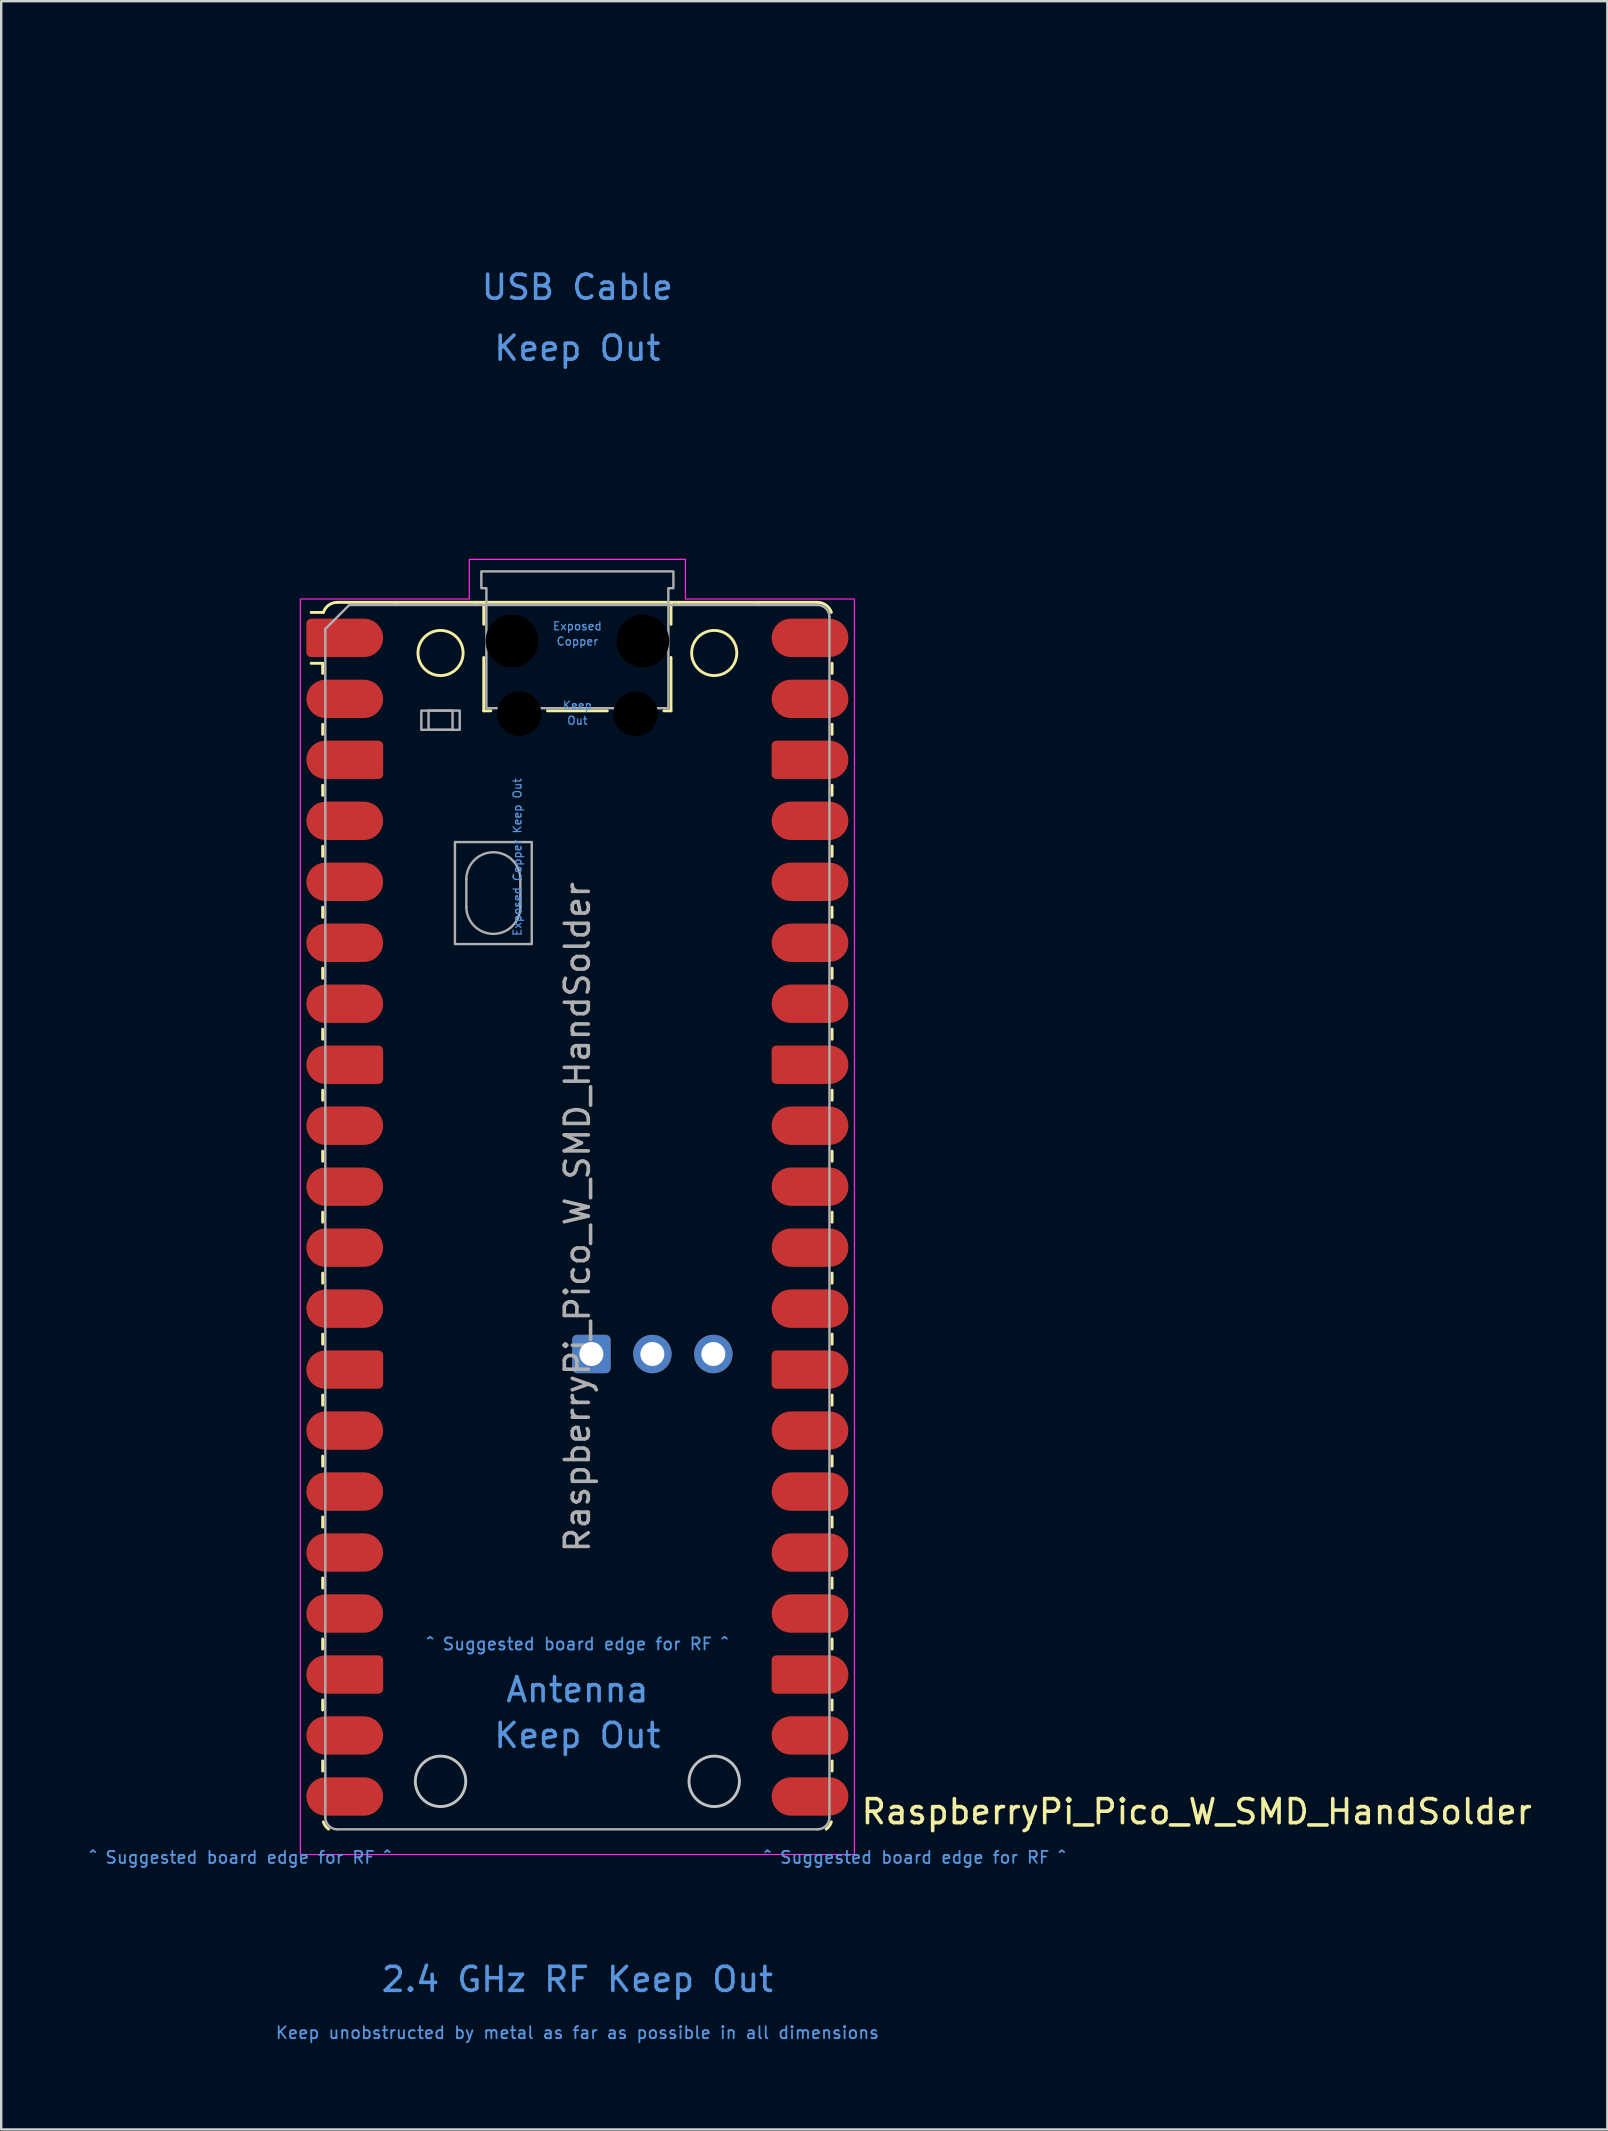
<source format=kicad_pcb>
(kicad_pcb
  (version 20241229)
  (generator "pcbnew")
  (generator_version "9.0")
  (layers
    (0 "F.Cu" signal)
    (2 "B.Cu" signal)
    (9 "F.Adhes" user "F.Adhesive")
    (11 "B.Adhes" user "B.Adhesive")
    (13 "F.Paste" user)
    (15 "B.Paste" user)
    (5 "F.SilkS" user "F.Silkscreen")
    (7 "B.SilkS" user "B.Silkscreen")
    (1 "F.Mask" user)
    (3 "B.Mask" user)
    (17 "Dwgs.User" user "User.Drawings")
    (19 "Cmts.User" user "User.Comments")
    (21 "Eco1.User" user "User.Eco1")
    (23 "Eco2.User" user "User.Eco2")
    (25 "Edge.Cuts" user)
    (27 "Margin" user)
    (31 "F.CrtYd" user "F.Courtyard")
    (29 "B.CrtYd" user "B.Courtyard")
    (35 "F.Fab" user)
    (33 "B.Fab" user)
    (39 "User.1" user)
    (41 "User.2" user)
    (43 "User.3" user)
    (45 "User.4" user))
  (footprint "RaspberryPi_Pico_W_SMD_HandSolder"
    (layer "F.Cu")
    (at 21 47.65)
    (property "Reference" "RaspberryPi_Pico_W_SMD_HandSolder" (at 11.748 24.765 0) (unlocked yes) (layer "F.SilkS") (effects (font (size 1 1) (thickness 0.15)) (justify left)))
    (attr smd)
    (fp_line (start -10.61 -23.07) (end -11.09 -23.07) (stroke (width 0.12) (type solid)) (layer "F.SilkS"))
    (fp_line (start -10.61 -23.07) (end -10.61 -22.65) (stroke (width 0.12) (type solid)) (layer "F.SilkS"))
    (fp_line (start -10.61 -20.53) (end -10.61 -20.11) (stroke (width 0.12) (type solid)) (layer "F.SilkS"))
    (fp_line (start -10.61 -17.99) (end -10.61 -17.57) (stroke (width 0.12) (type solid)) (layer "F.SilkS"))
    (fp_line (start -10.61 -15.45) (end -10.61 -15.03) (stroke (width 0.12) (type solid)) (layer "F.SilkS"))
    (fp_line (start -10.61 -12.91) (end -10.61 -12.49) (stroke (width 0.12) (type solid)) (layer "F.SilkS"))
    (fp_line (start -10.61 -10.37) (end -10.61 -9.95) (stroke (width 0.12) (type solid)) (layer "F.SilkS"))
    (fp_line (start -10.61 -7.83) (end -10.61 -7.41) (stroke (width 0.12) (type solid)) (layer "F.SilkS"))
    (fp_line (start -10.61 -5.29) (end -10.61 -4.87) (stroke (width 0.12) (type solid)) (layer "F.SilkS"))
    (fp_line (start -10.61 -2.75) (end -10.61 -2.33) (stroke (width 0.12) (type solid)) (layer "F.SilkS"))
    (fp_line (start -10.61 -0.21) (end -10.61 0.21) (stroke (width 0.12) (type solid)) (layer "F.SilkS"))
    (fp_line (start -10.61 2.33) (end -10.61 2.75) (stroke (width 0.12) (type solid)) (layer "F.SilkS"))
    (fp_line (start -10.61 4.87) (end -10.61 5.29) (stroke (width 0.12) (type solid)) (layer "F.SilkS"))
    (fp_line (start -10.61 7.41) (end -10.61 7.83) (stroke (width 0.12) (type solid)) (layer "F.SilkS"))
    (fp_line (start -10.61 9.95) (end -10.61 10.37) (stroke (width 0.12) (type solid)) (layer "F.SilkS"))
    (fp_line (start -10.61 12.49) (end -10.61 12.91) (stroke (width 0.12) (type solid)) (layer "F.SilkS"))
    (fp_line (start -10.61 15.03) (end -10.61 15.45) (stroke (width 0.12) (type solid)) (layer "F.SilkS"))
    (fp_line (start -10.61 17.57) (end -10.61 17.99) (stroke (width 0.12) (type solid)) (layer "F.SilkS"))
    (fp_line (start -10.61 20.11) (end -10.61 20.53) (stroke (width 0.12) (type solid)) (layer "F.SilkS"))
    (fp_line (start -10.61 22.65) (end -10.61 23.07) (stroke (width 0.12) (type solid)) (layer "F.SilkS"))
    (fp_line (start -10.58 -25.19) (end -11.09 -25.19) (stroke (width 0.12) (type solid)) (layer "F.SilkS"))
    (fp_line (start -10 -25.61) (end -7.51 -25.61) (stroke (width 0.12) (type solid)) (layer "F.SilkS"))
    (fp_line (start -7.51 -25.61) (end -4.235 -25.61) (stroke (width 0.12) (type solid)) (layer "F.SilkS"))
    (fp_line (start -4.235 -25.61) (end 4.235 -25.61) (stroke (width 0.12) (type solid)) (layer "F.SilkS"))
    (fp_line (start -3.9 -25.61) (end -3.9 -24.694) (stroke (width 0.12) (type solid)) (layer "F.SilkS"))
    (fp_line (start -3.9 -23.315) (end -3.9 -21.09) (stroke (width 0.12) (type solid)) (layer "F.SilkS"))
    (fp_line (start -3.9 -21.09) (end -3.604 -21.09) (stroke (width 0.12) (type solid)) (layer "F.SilkS"))
    (fp_line (start -1.246 -21.09) (end 1.246 -21.09) (stroke (width 0.12) (type solid)) (layer "F.SilkS"))
    (fp_line (start 3.604 -21.09) (end 3.9 -21.09) (stroke (width 0.12) (type solid)) (layer "F.SilkS"))
    (fp_line (start 3.9 -25.61) (end 3.9 -24.694) (stroke (width 0.12) (type solid)) (layer "F.SilkS"))
    (fp_line (start 3.9 -23.315) (end 3.9 -21.09) (stroke (width 0.12) (type solid)) (layer "F.SilkS"))
    (fp_line (start 4.235 -25.61) (end 7.51 -25.61) (stroke (width 0.12) (type solid)) (layer "F.SilkS"))
    (fp_line (start 10 -25.61) (end 7.51 -25.61) (stroke (width 0.12) (type solid)) (layer "F.SilkS"))
    (fp_line (start 10.61 -23.07) (end 10.61 -22.65) (stroke (width 0.12) (type solid)) (layer "F.SilkS"))
    (fp_line (start 10.61 -20.53) (end 10.61 -20.11) (stroke (width 0.12) (type solid)) (layer "F.SilkS"))
    (fp_line (start 10.61 -17.99) (end 10.61 -17.57) (stroke (width 0.12) (type solid)) (layer "F.SilkS"))
    (fp_line (start 10.61 -15.45) (end 10.61 -15.03) (stroke (width 0.12) (type solid)) (layer "F.SilkS"))
    (fp_line (start 10.61 -12.91) (end 10.61 -12.49) (stroke (width 0.12) (type solid)) (layer "F.SilkS"))
    (fp_line (start 10.61 -10.37) (end 10.61 -9.95) (stroke (width 0.12) (type solid)) (layer "F.SilkS"))
    (fp_line (start 10.61 -7.83) (end 10.61 -7.41) (stroke (width 0.12) (type solid)) (layer "F.SilkS"))
    (fp_line (start 10.61 -5.29) (end 10.61 -4.87) (stroke (width 0.12) (type solid)) (layer "F.SilkS"))
    (fp_line (start 10.61 -2.75) (end 10.61 -2.33) (stroke (width 0.12) (type solid)) (layer "F.SilkS"))
    (fp_line (start 10.61 -0.21) (end 10.61 0.21) (stroke (width 0.12) (type solid)) (layer "F.SilkS"))
    (fp_line (start 10.61 2.33) (end 10.61 2.75) (stroke (width 0.12) (type solid)) (layer "F.SilkS"))
    (fp_line (start 10.61 4.87) (end 10.61 5.29) (stroke (width 0.12) (type solid)) (layer "F.SilkS"))
    (fp_line (start 10.61 7.41) (end 10.61 7.83) (stroke (width 0.12) (type solid)) (layer "F.SilkS"))
    (fp_line (start 10.61 9.95) (end 10.61 10.37) (stroke (width 0.12) (type solid)) (layer "F.SilkS"))
    (fp_line (start 10.61 12.49) (end 10.61 12.91) (stroke (width 0.12) (type solid)) (layer "F.SilkS"))
    (fp_line (start 10.61 15.03) (end 10.61 15.45) (stroke (width 0.12) (type solid)) (layer "F.SilkS"))
    (fp_line (start 10.61 17.57) (end 10.61 17.99) (stroke (width 0.12) (type solid)) (layer "F.SilkS"))
    (fp_line (start 10.61 20.11) (end 10.61 20.53) (stroke (width 0.12) (type solid)) (layer "F.SilkS"))
    (fp_line (start 10.61 22.65) (end 10.61 23.07) (stroke (width 0.12) (type solid)) (layer "F.SilkS"))
    (fp_arc (start -10.579676 -25.189937) (mid -10.357938 -25.493944) (end -10 -25.61) (stroke (width 0.12) (type solid)) (layer "F.SilkS"))
    (fp_arc (start -10.363318 25.49) (mid -10.494791 25.356765) (end -10.579676 25.189937) (stroke (width 0.12) (type solid)) (layer "F.SilkS"))
    (fp_arc (start 10 -25.61) (mid 10.357937 -25.493944) (end 10.579676 -25.189937) (stroke (width 0.12) (type solid)) (layer "F.SilkS"))
    (fp_arc (start 10.579676 25.189937) (mid 10.494803 25.356773) (end 10.363318 25.49) (stroke (width 0.12) (type solid)) (layer "F.SilkS"))
    (fp_circle (center -5.7 -23.5) (end -4.76 -23.5) (stroke (width 0.12) (type solid)) (fill no) (layer "F.SilkS"))
    (fp_circle (center 5.7 -23.5) (end 6.64 -23.5) (stroke (width 0.12) (type solid)) (fill no) (layer "F.SilkS"))
    (fp_circle (center -5.7 23.5) (end -4.65 23.5) (stroke (width 0.12) (type solid)) (fill no) (layer "Dwgs.User"))
    (fp_circle (center 5.7 23.5) (end 6.75 23.5) (stroke (width 0.12) (type solid)) (fill no) (layer "Dwgs.User"))
    (fp_poly (pts (xy -4.5 -27.4) (xy 4.5 -27.4) (xy 4.5 -25.75) (xy 11.54 -25.75) (xy 11.54 26.55) (xy -11.54 26.55) (xy -11.54 -25.75) (xy -4.5 -25.75)) (stroke (width 0.05) (type solid)) (fill no) (layer "F.CrtYd"))
    (fp_line (start -10.5 -24.5) (end -9.5 -25.5) (stroke (width 0.1) (type solid)) (layer "F.Fab"))
    (fp_line (start -10.5 25) (end -10.5 -24.5) (stroke (width 0.1) (type solid)) (layer "F.Fab"))
    (fp_line (start -9.5 -25.5) (end 10 -25.5) (stroke (width 0.1) (type solid)) (layer "F.Fab"))
    (fp_line (start -4.625 -14.075) (end -4.625 -12.925) (stroke (width 0.1) (type solid)) (layer "F.Fab"))
    (fp_line (start -2.375 -14.075) (end -2.375 -12.925) (stroke (width 0.1) (type solid)) (layer "F.Fab"))
    (fp_line (start 10 25.5) (end -10 25.5) (stroke (width 0.1) (type solid)) (layer "F.Fab"))
    (fp_line (start 10.5 -25) (end 10.5 25) (stroke (width 0.1) (type solid)) (layer "F.Fab"))
    (fp_rect (start -6.5 -21.1) (end -4.9 -20.3) (stroke (width 0.1) (type solid)) (fill no) (layer "F.Fab"))
    (fp_rect (start -6.2 -21.1) (end -5.2 -20.3) (stroke (width 0.1) (type solid)) (fill no) (layer "F.Fab"))
    (fp_rect (start -5.1 -15.625) (end -1.9 -11.375) (stroke (width 0.1) (type solid)) (fill no) (layer "F.Fab"))
    (fp_arc (start -10 25.5) (mid -10.353553 25.353553) (end -10.5 25) (stroke (width 0.1) (type solid)) (layer "F.Fab"))
    (fp_arc (start -4.625 -14.075) (mid -3.5 -15.2) (end -2.375 -14.075) (stroke (width 0.1) (type solid)) (layer "F.Fab"))
    (fp_arc (start -2.375 -12.925) (mid -3.5 -11.8) (end -4.625 -12.925) (stroke (width 0.1) (type solid)) (layer "F.Fab"))
    (fp_arc (start 10 -25.5) (mid 10.353553 -25.353553) (end 10.5 -25) (stroke (width 0.1) (type solid)) (layer "F.Fab"))
    (fp_arc (start 10.5 25) (mid 10.353553 25.353553) (end 10 25.5) (stroke (width 0.1) (type solid)) (layer "F.Fab"))
    (fp_poly (pts (xy 3.79 -21.2) (xy 3.79 -26.2) (xy 4 -26.2) (xy 4 -26.9) (xy -4 -26.9) (xy -4 -26.2) (xy -3.79 -26.2) (xy -3.79 -21.2)) (stroke (width 0.1) (type solid)) (fill no) (layer "F.Fab"))
    (fp_text user "Keep" (at 0 -21.317 0) (unlocked yes) (layer "Cmts.User") (effects (font (size 0.333 0.333) (thickness 0.05))))
    (fp_text user "^ Suggested board edge for RF ^" (at 0 17.78 0) (unlocked yes) (layer "Cmts.User") (effects (font (size 0.5 0.5) (thickness 0.075))))
    (fp_text user "^ Suggested board edge for RF ^" (at -14.05 26.67 0) (unlocked yes) (layer "Cmts.User") (effects (font (size 0.5 0.5) (thickness 0.075))))
    (fp_text user "Keep Out" (at 0 -36.195 0) (unlocked yes) (layer "Cmts.User") (effects (font (size 1 1) (thickness 0.15))))
    (fp_text user "2.4 GHz RF Keep Out" (at 0 31.75 0) (unlocked yes) (layer "Cmts.User") (effects (font (size 1 1) (thickness 0.15))))
    (fp_text user "Keep Out" (at 0 21.59 0) (unlocked yes) (layer "Cmts.User") (effects (font (size 1 1) (thickness 0.15))))
    (fp_text user "^ Suggested board edge for RF ^" (at 14.05 26.67 0) (unlocked yes) (layer "Cmts.User") (effects (font (size 0.5 0.5) (thickness 0.075))))
    (fp_text user "Antenna" (at 0 19.685 0) (unlocked yes) (layer "Cmts.User") (effects (font (size 1 1) (thickness 0.15))))
    (fp_text user "USB Cable" (at 0 -38.735 0) (unlocked yes) (layer "Cmts.User") (effects (font (size 1 1) (thickness 0.15))))
    (fp_text user "Exposed" (at 0 -24.617 0) (unlocked yes) (layer "Cmts.User") (effects (font (size 0.333 0.333) (thickness 0.05))))
    (fp_text user "Out" (at 0 -20.683 0) (unlocked yes) (layer "Cmts.User") (effects (font (size 0.333 0.333) (thickness 0.05))))
    (fp_text user "Copper" (at 0 -23.983 0) (unlocked yes) (layer "Cmts.User") (effects (font (size 0.333 0.333) (thickness 0.05))))
    (fp_text user "Exposed Copper Keep Out" (at -2.5 -15 90) (unlocked yes) (layer "Cmts.User") (effects (font (size 0.333 0.333) (thickness 0.05))))
    (fp_text user "Keep unobstructed by metal as far as possible in all dimensions" (at 0 33.972 0) (unlocked yes) (layer "Cmts.User") (effects (font (size 0.5 0.5) (thickness 0.075))))
    (fp_text user "${REFERENCE}" (at 0 0 90) (layer "F.Fab") (effects (font (size 1 1) (thickness 0.15))))
    (pad "" np_thru_hole circle (at -2.725 -24) (size 2.2 2.2) (drill 2.2) (layers "*.Mask"))
    (pad "" np_thru_hole circle (at -2.425 -20.97) (size 1.85 1.85) (drill 1.85) (layers "*.Mask"))
    (pad "" np_thru_hole circle (at 2.425 -20.97) (size 1.85 1.85) (drill 1.85) (layers "*.Mask"))
    (pad "" np_thru_hole circle (at 2.725 -24) (size 2.2 2.2) (drill 2.2) (layers "*.Mask"))
    (pad "1" smd custom (at -8.89 -24.13) (size 1.6 1.6) (layers "F.Cu" "F.Mask" "F.Paste") (options (anchor circle)) (primitives (gr_poly (pts (xy -2.4 0.6) (xy -2.4 -0.6) (xy -2.2 -0.8) (xy 0 -0.8) (xy 0 0.8) (xy -2.2 0.8)) (width 0) (fill yes)) (gr_circle (center -2.2 0.6) (end -2 0.6) (width 0) (fill yes)) (gr_circle (center -2.2 -0.6) (end -2 -0.6) (width 0) (fill yes))))
    (pad "2" smd roundrect (at -8.89 -21.59) (size 3.2 1.6) (drill (offset -0.8 0)) (layers "F.Cu" "F.Mask" "F.Paste") (roundrect_rratio 0.5))
    (pad "3" smd custom (at -8.89 -19.05) (size 1.6 1.6) (layers "F.Cu" "F.Mask" "F.Paste") (options (anchor circle)) (primitives (gr_poly (pts (xy 0.8 -0.6) (xy 0.8 0.6) (xy 0.6 0.8) (xy -1.6 0.8) (xy -1.6 -0.8) (xy 0.6 -0.8)) (width 0) (fill yes)) (gr_circle (center 0.6 0.6) (end 0.8 0.6) (width 0) (fill yes)) (gr_circle (center 0.6 -0.6) (end 0.8 -0.6) (width 0) (fill yes)) (gr_circle (center -1.6 0) (end -0.8 0) (width 0) (fill yes))))
    (pad "4" smd roundrect (at -8.89 -16.51) (size 3.2 1.6) (drill (offset -0.8 0)) (layers "F.Cu" "F.Mask" "F.Paste") (roundrect_rratio 0.5))
    (pad "5" smd roundrect (at -8.89 -13.97) (size 3.2 1.6) (drill (offset -0.8 0)) (layers "F.Cu" "F.Mask" "F.Paste") (roundrect_rratio 0.5))
    (pad "6" smd roundrect (at -8.89 -11.43) (size 3.2 1.6) (drill (offset -0.8 0)) (layers "F.Cu" "F.Mask" "F.Paste") (roundrect_rratio 0.5))
    (pad "7" smd roundrect (at -8.89 -8.89) (size 3.2 1.6) (drill (offset -0.8 0)) (layers "F.Cu" "F.Mask" "F.Paste") (roundrect_rratio 0.5))
    (pad "8" smd custom (at -8.89 -6.35) (size 1.6 1.6) (layers "F.Cu" "F.Mask" "F.Paste") (options (anchor circle)) (primitives (gr_poly (pts (xy 0.8 -0.6) (xy 0.8 0.6) (xy 0.6 0.8) (xy -1.6 0.8) (xy -1.6 -0.8) (xy 0.6 -0.8)) (width 0) (fill yes)) (gr_circle (center 0.6 0.6) (end 0.8 0.6) (width 0) (fill yes)) (gr_circle (center 0.6 -0.6) (end 0.8 -0.6) (width 0) (fill yes)) (gr_circle (center -1.6 0) (end -0.8 0) (width 0) (fill yes))))
    (pad "9" smd roundrect (at -8.89 -3.81) (size 3.2 1.6) (drill (offset -0.8 0)) (layers "F.Cu" "F.Mask" "F.Paste") (roundrect_rratio 0.5))
    (pad "10" smd roundrect (at -8.89 -1.27) (size 3.2 1.6) (drill (offset -0.8 0)) (layers "F.Cu" "F.Mask" "F.Paste") (roundrect_rratio 0.5))
    (pad "11" smd roundrect (at -8.89 1.27) (size 3.2 1.6) (drill (offset -0.8 0)) (layers "F.Cu" "F.Mask" "F.Paste") (roundrect_rratio 0.5))
    (pad "12" smd roundrect (at -8.89 3.81) (size 3.2 1.6) (drill (offset -0.8 0)) (layers "F.Cu" "F.Mask" "F.Paste") (roundrect_rratio 0.5))
    (pad "13" smd custom (at -8.89 6.35) (size 1.6 1.6) (layers "F.Cu" "F.Mask" "F.Paste") (options (anchor circle)) (primitives (gr_poly (pts (xy 0.8 -0.6) (xy 0.8 0.6) (xy 0.6 0.8) (xy -1.6 0.8) (xy -1.6 -0.8) (xy 0.6 -0.8)) (width 0) (fill yes)) (gr_circle (center 0.6 0.6) (end 0.8 0.6) (width 0) (fill yes)) (gr_circle (center 0.6 -0.6) (end 0.8 -0.6) (width 0) (fill yes)) (gr_circle (center -1.6 0) (end -0.8 0) (width 0) (fill yes))))
    (pad "14" smd roundrect (at -8.89 8.89) (size 3.2 1.6) (drill (offset -0.8 0)) (layers "F.Cu" "F.Mask" "F.Paste") (roundrect_rratio 0.5))
    (pad "15" smd roundrect (at -8.89 11.43) (size 3.2 1.6) (drill (offset -0.8 0)) (layers "F.Cu" "F.Mask" "F.Paste") (roundrect_rratio 0.5))
    (pad "16" smd roundrect (at -8.89 13.97) (size 3.2 1.6) (drill (offset -0.8 0)) (layers "F.Cu" "F.Mask" "F.Paste") (roundrect_rratio 0.5))
    (pad "17" smd roundrect (at -8.89 16.51) (size 3.2 1.6) (drill (offset -0.8 0)) (layers "F.Cu" "F.Mask" "F.Paste") (roundrect_rratio 0.5))
    (pad "18" smd custom (at -8.89 19.05) (size 1.6 1.6) (layers "F.Cu" "F.Mask" "F.Paste") (options (anchor circle)) (primitives (gr_poly (pts (xy 0.8 -0.6) (xy 0.8 0.6) (xy 0.6 0.8) (xy -1.6 0.8) (xy -1.6 -0.8) (xy 0.6 -0.8)) (width 0) (fill yes)) (gr_circle (center 0.6 0.6) (end 0.8 0.6) (width 0) (fill yes)) (gr_circle (center 0.6 -0.6) (end 0.8 -0.6) (width 0) (fill yes)) (gr_circle (center -1.6 0) (end -0.8 0) (width 0) (fill yes))))
    (pad "19" smd roundrect (at -8.89 21.59) (size 3.2 1.6) (drill (offset -0.8 0)) (layers "F.Cu" "F.Mask" "F.Paste") (roundrect_rratio 0.5))
    (pad "20" smd roundrect (at -8.89 24.13) (size 3.2 1.6) (drill (offset -0.8 0)) (layers "F.Cu" "F.Mask" "F.Paste") (roundrect_rratio 0.5))
    (pad "21" smd roundrect (at 8.89 24.13) (size 3.2 1.6) (drill (offset 0.8 0)) (layers "F.Cu" "F.Mask" "F.Paste") (roundrect_rratio 0.5))
    (pad "22" smd roundrect (at 8.89 21.59) (size 3.2 1.6) (drill (offset 0.8 0)) (layers "F.Cu" "F.Mask" "F.Paste") (roundrect_rratio 0.5))
    (pad "23" smd custom (at 8.89 19.05) (size 1.6 1.6) (layers "F.Cu" "F.Mask" "F.Paste") (options (anchor circle)) (primitives (gr_poly (pts (xy -0.8 -0.6) (xy -0.8 0.6) (xy -0.6 0.8) (xy 1.6 0.8) (xy 1.6 -0.8) (xy -0.6 -0.8)) (width 0) (fill yes)) (gr_circle (center -0.6 0.6) (end -0.4 0.6) (width 0) (fill yes)) (gr_circle (center -0.6 -0.6) (end -0.4 -0.6) (width 0) (fill yes)) (gr_circle (center 1.6 0) (end 2.4 0) (width 0) (fill yes))))
    (pad "24" smd roundrect (at 8.89 16.51) (size 3.2 1.6) (drill (offset 0.8 0)) (layers "F.Cu" "F.Mask" "F.Paste") (roundrect_rratio 0.5))
    (pad "25" smd roundrect (at 8.89 13.97) (size 3.2 1.6) (drill (offset 0.8 0)) (layers "F.Cu" "F.Mask" "F.Paste") (roundrect_rratio 0.5))
    (pad "26" smd roundrect (at 8.89 11.43) (size 3.2 1.6) (drill (offset 0.8 0)) (layers "F.Cu" "F.Mask" "F.Paste") (roundrect_rratio 0.5))
    (pad "27" smd roundrect (at 8.89 8.89) (size 3.2 1.6) (drill (offset 0.8 0)) (layers "F.Cu" "F.Mask" "F.Paste") (roundrect_rratio 0.5))
    (pad "28" smd custom (at 8.89 6.35) (size 1.6 1.6) (layers "F.Cu" "F.Mask" "F.Paste") (options (anchor circle)) (primitives (gr_poly (pts (xy -0.8 -0.6) (xy -0.8 0.6) (xy -0.6 0.8) (xy 1.6 0.8) (xy 1.6 -0.8) (xy -0.6 -0.8)) (width 0) (fill yes)) (gr_circle (center -0.6 0.6) (end -0.4 0.6) (width 0) (fill yes)) (gr_circle (center -0.6 -0.6) (end -0.4 -0.6) (width 0) (fill yes)) (gr_circle (center 1.6 0) (end 2.4 0) (width 0) (fill yes))))
    (pad "29" smd roundrect (at 8.89 3.81) (size 3.2 1.6) (drill (offset 0.8 0)) (layers "F.Cu" "F.Mask" "F.Paste") (roundrect_rratio 0.5))
    (pad "30" smd roundrect (at 8.89 1.27) (size 3.2 1.6) (drill (offset 0.8 0)) (layers "F.Cu" "F.Mask" "F.Paste") (roundrect_rratio 0.5))
    (pad "31" smd roundrect (at 8.89 -1.27) (size 3.2 1.6) (drill (offset 0.8 0)) (layers "F.Cu" "F.Mask" "F.Paste") (roundrect_rratio 0.5))
    (pad "32" smd roundrect (at 8.89 -3.81) (size 3.2 1.6) (drill (offset 0.8 0)) (layers "F.Cu" "F.Mask" "F.Paste") (roundrect_rratio 0.5))
    (pad "33" smd custom (at 8.89 -6.35) (size 1.6 1.6) (layers "F.Cu" "F.Mask" "F.Paste") (options (anchor circle)) (primitives (gr_poly (pts (xy -0.8 -0.6) (xy -0.8 0.6) (xy -0.6 0.8) (xy 1.6 0.8) (xy 1.6 -0.8) (xy -0.6 -0.8)) (width 0) (fill yes)) (gr_circle (center -0.6 0.6) (end -0.4 0.6) (width 0) (fill yes)) (gr_circle (center -0.6 -0.6) (end -0.4 -0.6) (width 0) (fill yes)) (gr_circle (center 1.6 0) (end 2.4 0) (width 0) (fill yes))))
    (pad "34" smd roundrect (at 8.89 -8.89) (size 3.2 1.6) (drill (offset 0.8 0)) (layers "F.Cu" "F.Mask" "F.Paste") (roundrect_rratio 0.5))
    (pad "35" smd roundrect (at 8.89 -11.43) (size 3.2 1.6) (drill (offset 0.8 0)) (layers "F.Cu" "F.Mask" "F.Paste") (roundrect_rratio 0.5))
    (pad "36" smd roundrect (at 8.89 -13.97) (size 3.2 1.6) (drill (offset 0.8 0)) (layers "F.Cu" "F.Mask" "F.Paste") (roundrect_rratio 0.5))
    (pad "37" smd roundrect (at 8.89 -16.51) (size 3.2 1.6) (drill (offset 0.8 0)) (layers "F.Cu" "F.Mask" "F.Paste") (roundrect_rratio 0.5))
    (pad "38" smd custom (at 8.89 -19.05) (size 1.6 1.6) (layers "F.Cu" "F.Mask" "F.Paste") (options (anchor circle)) (primitives (gr_poly (pts (xy -0.8 -0.6) (xy -0.8 0.6) (xy -0.6 0.8) (xy 1.6 0.8) (xy 1.6 -0.8) (xy -0.6 -0.8)) (width 0) (fill yes)) (gr_circle (center -0.6 0.6) (end -0.4 0.6) (width 0) (fill yes)) (gr_circle (center -0.6 -0.6) (end -0.4 -0.6) (width 0) (fill yes)) (gr_circle (center 1.6 0) (end 2.4 0) (width 0) (fill yes))))
    (pad "39" smd roundrect (at 8.89 -21.59) (size 3.2 1.6) (drill (offset 0.8 0)) (layers "F.Cu" "F.Mask" "F.Paste") (roundrect_rratio 0.5))
    (pad "40" smd roundrect (at 8.89 -24.13) (size 3.2 1.6) (drill (offset 0.8 0)) (layers "F.Cu" "F.Mask" "F.Paste") (roundrect_rratio 0.5))
    (pad "D1" thru_hole roundrect (at 0.584 5.7) (size 1.6 1.6) (drill 1) (property pad_prop_castellated) (layers "*.Cu" "*.Mask") (roundrect_rratio 0.125))
    (pad "D2" thru_hole circle (at 3.124 5.7) (size 1.6 1.6) (drill 1) (property pad_prop_castellated) (layers "*.Cu" "*.Mask"))
    (pad "D3" thru_hole circle (at 5.664 5.7) (size 1.6 1.6) (drill 1) (property pad_prop_castellated) (layers "*.Cu" "*.Mask"))
    (zone (net_name "") (layers "F.Cu" "B.Cu" "F.Paste" "B.Paste") (name "RF Copper Keep Out") (hatch full 0.5) (connect_pads) (min_thickness 0.254) (filled_areas_thickness no) (keepout (tracks not_allowed) (vias not_allowed) (pads not_allowed) (copperpour not_allowed) (footprints not_allowed)) (placement (enabled no)) (fill) (polygon (pts (xy 0 72.65) (xy 42 72.65) (xy 42 82.65) (xy 0 82.65))))
    (zone (net_name "") (layers "F.Cu" "B.Cu" "F.Paste" "B.Paste") (name "Antenna Copper Keep Out") (hatch full 0.5) (connect_pads) (min_thickness 0.254) (filled_areas_thickness no) (keepout (tracks not_allowed) (vias not_allowed) (pads not_allowed) (copperpour not_allowed) (footprints not_allowed)) (placement (enabled no)) (fill) (polygon (pts (xy 18.6 72.64) (xy 13.9 68.99) (xy 13.9 64.65) (xy 28.1 64.65) (xy 28.1 68.99) (xy 23.4 72.64) (xy 23.4 72.65) (xy 18.6 72.65))))
    (zone (net_name "") (layers "F.Cu" "F.Paste") (name "Pad Keep Out TP4") (hatch full 0.5) (connect_pads) (min_thickness 0.25) (filled_areas_thickness no) (keepout (tracks not_allowed) (vias not_allowed) (pads not_allowed) (copperpour not_allowed) (footprints allowed)) (placement (enabled no)) (fill) (polygon (pts (xy 17.984 31.098) (xy 17.858 31.064) (xy 17.744 30.998) (xy 17.652 30.906) (xy 17.586 30.792) (xy 17.552 30.666) (xy 17.55 30.6) (xy 17.55 30.15) (xy 19.45 30.15) (xy 19.45 30.6) (xy 19.448 30.666) (xy 19.414 30.792) (xy 19.348 30.906) (xy 19.256 30.998) (xy 19.142 31.064) (xy 19.016 31.098) (xy 18.95 31.1) (xy 18.05 31.1))))
    (zone (net_name "") (layers "F.Cu" "F.Paste") (name "Pad Keep Out TP5") (hatch full 0.5) (connect_pads) (min_thickness 0.25) (filled_areas_thickness no) (keepout (tracks not_allowed) (vias not_allowed) (pads not_allowed) (copperpour not_allowed) (footprints allowed)) (placement (enabled no)) (fill) (polygon (pts (xy 17.984 33.598) (xy 17.858 33.564) (xy 17.744 33.498) (xy 17.652 33.406) (xy 17.586 33.292) (xy 17.552 33.166) (xy 17.55 33.1) (xy 17.55 32.65) (xy 19.45 32.65) (xy 19.45 33.1) (xy 19.448 33.166) (xy 19.414 33.292) (xy 19.348 33.406) (xy 19.256 33.498) (xy 19.142 33.564) (xy 19.016 33.598) (xy 18.95 33.6) (xy 18.05 33.6))))
    (zone (net_name "") (layers "F.Cu" "F.Paste") (name "Pad Keep Out TP6") (hatch full 0.5) (connect_pads) (min_thickness 0.25) (filled_areas_thickness no) (keepout (tracks not_allowed) (vias not_allowed) (pads not_allowed) (copperpour not_allowed) (footprints allowed)) (placement (enabled no)) (fill) (polygon (pts (xy 17.984 36.098) (xy 17.858 36.064) (xy 17.744 35.998) (xy 17.652 35.906) (xy 17.586 35.792) (xy 17.552 35.666) (xy 17.55 35.6) (xy 17.55 35.15) (xy 19.45 35.15) (xy 19.45 35.6) (xy 19.448 35.666) (xy 19.414 35.792) (xy 19.348 35.906) (xy 19.256 35.998) (xy 19.142 36.064) (xy 19.016 36.098) (xy 18.95 36.1) (xy 18.05 36.1))))
    (zone (net_name "") (layers "F.Cu" "F.Paste") (name "Pad Keep Out TP3") (hatch full 0.5) (connect_pads) (min_thickness 0.25) (filled_areas_thickness no) (keepout (tracks not_allowed) (vias not_allowed) (pads not_allowed) (copperpour not_allowed) (footprints allowed)) (placement (enabled no)) (fill) (polygon (pts (xy 19.052 22.834) (xy 19.086 22.708) (xy 19.152 22.594) (xy 19.244 22.502) (xy 19.358 22.436) (xy 19.484 22.402) (xy 19.55 22.4) (xy 20 22.4) (xy 20 24.3) (xy 19.55 24.3) (xy 19.484 24.298) (xy 19.358 24.264) (xy 19.244 24.198) (xy 19.152 24.106) (xy 19.086 23.992) (xy 19.052 23.866) (xy 19.05 23.8) (xy 19.05 22.9))))
    (zone (net_name "") (layers "F.Cu" "F.Paste") (name "Pad Keep Out TP4") (hatch full 0.5) (connect_pads) (min_thickness 0.25) (filled_areas_thickness no) (keepout (tracks not_allowed) (vias not_allowed) (pads not_allowed) (copperpour not_allowed) (footprints allowed)) (placement (enabled no)) (fill) (polygon (pts (xy 19.45 30.15) (xy 19.45 29.7) (xy 19.448 29.634) (xy 19.414 29.508) (xy 19.348 29.394) (xy 19.256 29.302) (xy 19.142 29.236) (xy 19.016 29.202) (xy 18.95 29.2) (xy 18.05 29.2) (xy 17.984 29.202) (xy 17.858 29.236) (xy 17.744 29.302) (xy 17.652 29.394) (xy 17.586 29.508) (xy 17.552 29.634) (xy 17.55 29.7) (xy 17.55 30.15))))
    (zone (net_name "") (layers "F.Cu" "F.Paste") (name "Pad Keep Out TP5") (hatch full 0.5) (connect_pads) (min_thickness 0.25) (filled_areas_thickness no) (keepout (tracks not_allowed) (vias not_allowed) (pads not_allowed) (copperpour not_allowed) (footprints allowed)) (placement (enabled no)) (fill) (polygon (pts (xy 19.45 32.65) (xy 19.45 32.2) (xy 19.448 32.134) (xy 19.414 32.008) (xy 19.348 31.894) (xy 19.256 31.802) (xy 19.142 31.736) (xy 19.016 31.702) (xy 18.95 31.7) (xy 18.05 31.7) (xy 17.984 31.702) (xy 17.858 31.736) (xy 17.744 31.802) (xy 17.652 31.894) (xy 17.586 32.008) (xy 17.552 32.134) (xy 17.55 32.2) (xy 17.55 32.65))))
    (zone (net_name "") (layers "F.Cu" "F.Paste") (name "Pad Keep Out TP6") (hatch full 0.5) (connect_pads) (min_thickness 0.25) (filled_areas_thickness no) (keepout (tracks not_allowed) (vias not_allowed) (pads not_allowed) (copperpour not_allowed) (footprints allowed)) (placement (enabled no)) (fill) (polygon (pts (xy 19.45 35.15) (xy 19.45 34.7) (xy 19.448 34.634) (xy 19.414 34.508) (xy 19.348 34.394) (xy 19.256 34.302) (xy 19.142 34.236) (xy 19.016 34.202) (xy 18.95 34.2) (xy 18.05 34.2) (xy 17.984 34.202) (xy 17.858 34.236) (xy 17.744 34.302) (xy 17.652 34.394) (xy 17.586 34.508) (xy 17.552 34.634) (xy 17.55 34.7) (xy 17.55 35.15))))
    (zone (net_name "") (layers "F.Cu" "F.Paste") (name "Pad Keep Out TP3") (hatch full 0.5) (connect_pads) (min_thickness 0.25) (filled_areas_thickness no) (keepout (tracks not_allowed) (vias not_allowed) (pads not_allowed) (copperpour not_allowed) (footprints allowed)) (placement (enabled no)) (fill) (polygon (pts (xy 20 24.3) (xy 20.45 24.3) (xy 20.516 24.298) (xy 20.642 24.264) (xy 20.756 24.198) (xy 20.848 24.106) (xy 20.914 23.992) (xy 20.948 23.866) (xy 20.95 23.8) (xy 20.95 22.9) (xy 20.948 22.834) (xy 20.914 22.708) (xy 20.848 22.594) (xy 20.756 22.502) (xy 20.642 22.436) (xy 20.516 22.402) (xy 20.45 22.4) (xy 20 22.4))))
    (zone (net_name "") (layers "F.Cu" "F.Paste") (name "Pad Keep Out TP1") (hatch full 0.5) (connect_pads) (min_thickness 0.25) (filled_areas_thickness no) (keepout (tracks not_allowed) (vias not_allowed) (pads not_allowed) (copperpour not_allowed) (footprints allowed)) (placement (enabled no)) (fill) (polygon (pts (xy 20.052 26.134) (xy 20.086 26.008) (xy 20.152 25.894) (xy 20.244 25.802) (xy 20.358 25.736) (xy 20.484 25.702) (xy 20.55 25.7) (xy 21 25.7) (xy 21 27.6) (xy 20.55 27.6) (xy 20.484 27.598) (xy 20.358 27.564) (xy 20.244 27.498) (xy 20.152 27.406) (xy 20.086 27.292) (xy 20.052 27.166) (xy 20.05 27.1) (xy 20.05 26.2))))
    (zone (net_name "") (layers "F.Cu" "F.Paste") (name "Pad Keep Out TP1") (hatch full 0.5) (connect_pads) (min_thickness 0.25) (filled_areas_thickness no) (keepout (tracks not_allowed) (vias not_allowed) (pads not_allowed) (copperpour not_allowed) (footprints allowed)) (placement (enabled no)) (fill) (polygon (pts (xy 21 27.6) (xy 21.45 27.6) (xy 21.516 27.598) (xy 21.642 27.564) (xy 21.756 27.498) (xy 21.848 27.406) (xy 21.914 27.292) (xy 21.948 27.166) (xy 21.95 27.1) (xy 21.95 26.2) (xy 21.948 26.134) (xy 21.914 26.008) (xy 21.848 25.894) (xy 21.756 25.802) (xy 21.642 25.736) (xy 21.516 25.702) (xy 21.45 25.7) (xy 21 25.7))))
    (zone (net_name "") (layers "F.Cu" "F.Paste") (name "Pad Keep Out TP2") (hatch full 0.5) (connect_pads) (min_thickness 0.25) (filled_areas_thickness no) (keepout (tracks not_allowed) (vias not_allowed) (pads not_allowed) (copperpour not_allowed) (footprints allowed)) (placement (enabled no)) (fill) (polygon (pts (xy 21.052 22.849) (xy 21.086 22.723) (xy 21.152 22.609) (xy 21.244 22.517) (xy 21.358 22.451) (xy 21.484 22.417) (xy 21.55 22.415) (xy 22 22.415) (xy 22 24.315) (xy 21.55 24.315) (xy 21.484 24.313) (xy 21.358 24.279) (xy 21.244 24.213) (xy 21.152 24.121) (xy 21.086 24.007) (xy 21.052 23.881) (xy 21.05 23.815) (xy 21.05 22.915))))
    (zone (net_name "") (layers "F.Cu" "F.Paste") (name "Pad Keep Out TP2") (hatch full 0.5) (connect_pads) (min_thickness 0.25) (filled_areas_thickness no) (keepout (tracks not_allowed) (vias not_allowed) (pads not_allowed) (copperpour not_allowed) (footprints allowed)) (placement (enabled no)) (fill) (polygon (pts (xy 22 24.315) (xy 22.45 24.315) (xy 22.516 24.313) (xy 22.642 24.279) (xy 22.756 24.213) (xy 22.848 24.121) (xy 22.914 24.007) (xy 22.948 23.881) (xy 22.95 23.815) (xy 22.95 22.915) (xy 22.948 22.849) (xy 22.914 22.723) (xy 22.848 22.609) (xy 22.756 22.517) (xy 22.642 22.451) (xy 22.516 22.417) (xy 22.45 22.415) (xy 22 22.415))))
    (zone (net_name "") (layer "Edge.Cuts") (name "Board Keep Out USB Cable") (hatch edge 0.5) (connect_pads) (min_thickness 0.254) (filled_areas_thickness no) (keepout (tracks allowed) (vias allowed) (pads allowed) (copperpour allowed) (footprints allowed)) (placement (enabled no)) (fill) (polygon (pts (xy 14.8 0) (xy 27.2 0) (xy 27.2 20.4) (xy 14.8 20.4))))
    (zone (net_name "") (layer "Edge.Cuts") (name "Board Keep Out Suggestion RF") (hatch edge 0.5) (connect_pads) (min_thickness 0.254) (filled_areas_thickness no) (keepout (tracks allowed) (vias allowed) (pads allowed) (copperpour allowed) (footprints allowed)) (placement (enabled no)) (fill) (polygon (pts (xy 28.1 73.65) (xy 42 73.65) (xy 42 82.65) (xy 0 82.65) (xy 0 73.65) (xy 13.9 73.65) (xy 13.9 64.65) (xy 28.1 64.65))))
    (zone (net_name "") (layer "F.CrtYd") (name "USB Cable Keep Out") (hatch full 0.5) (connect_pads) (min_thickness 0.254) (filled_areas_thickness no) (keepout (tracks allowed) (vias allowed) (pads allowed) (copperpour allowed) (footprints not_allowed)) (placement (enabled no)) (fill) (polygon (pts (xy 15.25 19.95) (xy 17.06 19.95) (xy 17.06 20.25) (xy 24.94 20.25) (xy 24.94 19.95) (xy 26.75 19.95) (xy 26.75 0.45) (xy 15.25 0.45)))))
  (gr_rect
    (start -3 -3)
    (end 63.902 85.65)
    (stroke (width 0.1) (type default))
    (fill no)
    (layer "Edge.Cuts")))
</source>
